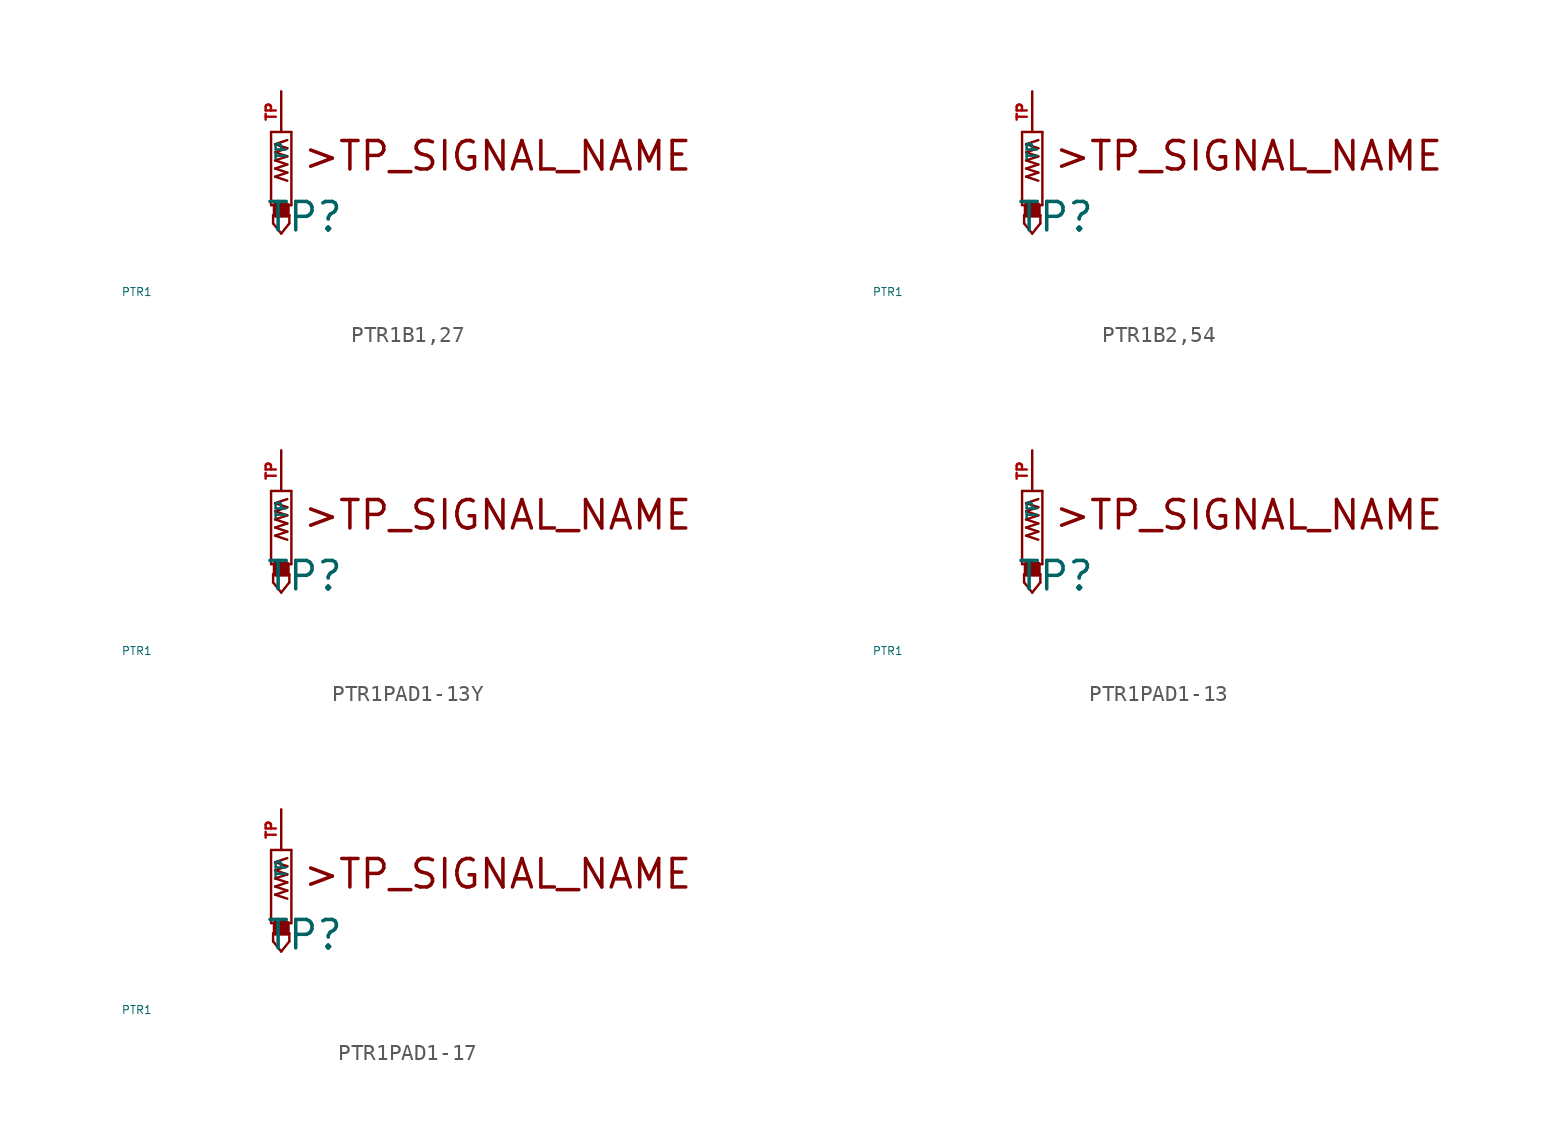
<source format=kicad_sym>
(kicad_symbol_lib
  (version 20220914)
  (generator Eagle2Kicad)
  (symbol "PTR1B1,27"
    (property "Reference" "TP"
      (at -1.016 -6.35 0)
      (effects (font (size 1.778 1.778) (thickness 0.22)) (justify left bottom)))
    (property "Value" "PTR1"
      (at -10 -10 0)
      (effects (font (size 0.5 0.5) (thickness 0.06)) (justify left)))
    (polyline
      (pts (xy 0.635 -4.572) (xy -0.635 -4.572))
      (stroke (width 0.152) (type default))
      (fill (type none)))
    (polyline
      (pts (xy 0.635 -4.572) (xy 0.635 0))
      (stroke (width 0.152) (type default))
      (fill (type none)))
    (polyline
      (pts (xy 0.635 0) (xy -0.635 0))
      (stroke (width 0.152) (type default))
      (fill (type none)))
    (polyline
      (pts (xy -0.635 0) (xy -0.635 -4.572))
      (stroke (width 0.152) (type default))
      (fill (type none)))
    (polyline
      (pts (xy 0.381 -3.048) (xy -0.381 -2.794))
      (stroke (width 0.152) (type default))
      (fill (type none)))
    (polyline
      (pts (xy -0.381 -2.794) (xy 0.381 -2.54))
      (stroke (width 0.152) (type default))
      (fill (type none)))
    (polyline
      (pts (xy 0.381 -2.54) (xy -0.381 -2.286))
      (stroke (width 0.152) (type default))
      (fill (type none)))
    (polyline
      (pts (xy -0.381 -2.286) (xy 0.381 -2.032))
      (stroke (width 0.152) (type default))
      (fill (type none)))
    (polyline
      (pts (xy 0.381 -2.032) (xy -0.381 -1.778))
      (stroke (width 0.152) (type default))
      (fill (type none)))
    (polyline
      (pts (xy -0.381 -1.778) (xy 0.381 -1.524))
      (stroke (width 0.152) (type default))
      (fill (type none)))
    (polyline
      (pts (xy 0.381 -1.524) (xy -0.381 -1.27))
      (stroke (width 0.152) (type default))
      (fill (type none)))
    (polyline
      (pts (xy -0.381 -1.27) (xy 0.381 -1.016))
      (stroke (width 0.152) (type default))
      (fill (type none)))
    (polyline
      (pts (xy 0.381 -1.016) (xy -0.381 -0.762))
      (stroke (width 0.152) (type default))
      (fill (type none)))
    (polyline
      (pts (xy -0.381 -0.762) (xy 0.381 -0.508))
      (stroke (width 0.152) (type default))
      (fill (type none)))
    (polyline
      (pts (xy 0.508 -5.207) (xy -0.508 -5.207))
      (stroke (width 0.152) (type default))
      (fill (type none)))
    (polyline
      (pts (xy -0.508 -5.207) (xy -0.508 -5.715))
      (stroke (width 0.152) (type default))
      (fill (type none)))
    (polyline
      (pts (xy -0.508 -5.715) (xy 0 -6.35))
      (stroke (width 0.152) (type default))
      (fill (type none)))
    (polyline
      (pts (xy 0 -6.35) (xy 0.508 -5.715))
      (stroke (width 0.152) (type default))
      (fill (type none)))
    (polyline
      (pts (xy 0.508 -5.715) (xy 0.508 -5.207))
      (stroke (width 0.152) (type default))
      (fill (type none)))
    (text ">TP_SIGNAL_NAME"
      (at 1.27 -2.54 0)
      (effects (font (size 1.778 1.778) (thickness 0.22)) (justify left bottom)))
    (rectangle
      (start -0.381 -5.207)
      (end 0.381 -4.572)
      (stroke (width 0.3) (type default))
      (fill (type outline)))
    (pin input line
      (at 0 2.54 270)
      (length 2.54)
      (name "TP" (effects (font (size 0.635 0.635) (thickness 0.08)) (justify left bottom)))
      (number "TP" (effects (font (size 0.635 0.635) (thickness 0.08)) (justify left bottom)))))
  (symbol "PTR1B2,54"
    (property "Reference" "TP"
      (at -1.016 -6.35 0)
      (effects (font (size 1.778 1.778) (thickness 0.22)) (justify left bottom)))
    (property "Value" "PTR1"
      (at -10 -10 0)
      (effects (font (size 0.5 0.5) (thickness 0.06)) (justify left)))
    (polyline
      (pts (xy 0.635 -4.572) (xy -0.635 -4.572))
      (stroke (width 0.152) (type default))
      (fill (type none)))
    (polyline
      (pts (xy 0.635 -4.572) (xy 0.635 0))
      (stroke (width 0.152) (type default))
      (fill (type none)))
    (polyline
      (pts (xy 0.635 0) (xy -0.635 0))
      (stroke (width 0.152) (type default))
      (fill (type none)))
    (polyline
      (pts (xy -0.635 0) (xy -0.635 -4.572))
      (stroke (width 0.152) (type default))
      (fill (type none)))
    (polyline
      (pts (xy 0.381 -3.048) (xy -0.381 -2.794))
      (stroke (width 0.152) (type default))
      (fill (type none)))
    (polyline
      (pts (xy -0.381 -2.794) (xy 0.381 -2.54))
      (stroke (width 0.152) (type default))
      (fill (type none)))
    (polyline
      (pts (xy 0.381 -2.54) (xy -0.381 -2.286))
      (stroke (width 0.152) (type default))
      (fill (type none)))
    (polyline
      (pts (xy -0.381 -2.286) (xy 0.381 -2.032))
      (stroke (width 0.152) (type default))
      (fill (type none)))
    (polyline
      (pts (xy 0.381 -2.032) (xy -0.381 -1.778))
      (stroke (width 0.152) (type default))
      (fill (type none)))
    (polyline
      (pts (xy -0.381 -1.778) (xy 0.381 -1.524))
      (stroke (width 0.152) (type default))
      (fill (type none)))
    (polyline
      (pts (xy 0.381 -1.524) (xy -0.381 -1.27))
      (stroke (width 0.152) (type default))
      (fill (type none)))
    (polyline
      (pts (xy -0.381 -1.27) (xy 0.381 -1.016))
      (stroke (width 0.152) (type default))
      (fill (type none)))
    (polyline
      (pts (xy 0.381 -1.016) (xy -0.381 -0.762))
      (stroke (width 0.152) (type default))
      (fill (type none)))
    (polyline
      (pts (xy -0.381 -0.762) (xy 0.381 -0.508))
      (stroke (width 0.152) (type default))
      (fill (type none)))
    (polyline
      (pts (xy 0.508 -5.207) (xy -0.508 -5.207))
      (stroke (width 0.152) (type default))
      (fill (type none)))
    (polyline
      (pts (xy -0.508 -5.207) (xy -0.508 -5.715))
      (stroke (width 0.152) (type default))
      (fill (type none)))
    (polyline
      (pts (xy -0.508 -5.715) (xy 0 -6.35))
      (stroke (width 0.152) (type default))
      (fill (type none)))
    (polyline
      (pts (xy 0 -6.35) (xy 0.508 -5.715))
      (stroke (width 0.152) (type default))
      (fill (type none)))
    (polyline
      (pts (xy 0.508 -5.715) (xy 0.508 -5.207))
      (stroke (width 0.152) (type default))
      (fill (type none)))
    (text ">TP_SIGNAL_NAME"
      (at 1.27 -2.54 0)
      (effects (font (size 1.778 1.778) (thickness 0.22)) (justify left bottom)))
    (rectangle
      (start -0.381 -5.207)
      (end 0.381 -4.572)
      (stroke (width 0.3) (type default))
      (fill (type outline)))
    (pin input line
      (at 0 2.54 270)
      (length 2.54)
      (name "TP" (effects (font (size 0.635 0.635) (thickness 0.08)) (justify left bottom)))
      (number "TP" (effects (font (size 0.635 0.635) (thickness 0.08)) (justify left bottom)))))
  (symbol "PTR1PAD1-13Y"
    (property "Reference" "TP"
      (at -1.016 -6.35 0)
      (effects (font (size 1.778 1.778) (thickness 0.22)) (justify left bottom)))
    (property "Value" "PTR1"
      (at -10 -10 0)
      (effects (font (size 0.5 0.5) (thickness 0.06)) (justify left)))
    (polyline
      (pts (xy 0.635 -4.572) (xy -0.635 -4.572))
      (stroke (width 0.152) (type default))
      (fill (type none)))
    (polyline
      (pts (xy 0.635 -4.572) (xy 0.635 0))
      (stroke (width 0.152) (type default))
      (fill (type none)))
    (polyline
      (pts (xy 0.635 0) (xy -0.635 0))
      (stroke (width 0.152) (type default))
      (fill (type none)))
    (polyline
      (pts (xy -0.635 0) (xy -0.635 -4.572))
      (stroke (width 0.152) (type default))
      (fill (type none)))
    (polyline
      (pts (xy 0.381 -3.048) (xy -0.381 -2.794))
      (stroke (width 0.152) (type default))
      (fill (type none)))
    (polyline
      (pts (xy -0.381 -2.794) (xy 0.381 -2.54))
      (stroke (width 0.152) (type default))
      (fill (type none)))
    (polyline
      (pts (xy 0.381 -2.54) (xy -0.381 -2.286))
      (stroke (width 0.152) (type default))
      (fill (type none)))
    (polyline
      (pts (xy -0.381 -2.286) (xy 0.381 -2.032))
      (stroke (width 0.152) (type default))
      (fill (type none)))
    (polyline
      (pts (xy 0.381 -2.032) (xy -0.381 -1.778))
      (stroke (width 0.152) (type default))
      (fill (type none)))
    (polyline
      (pts (xy -0.381 -1.778) (xy 0.381 -1.524))
      (stroke (width 0.152) (type default))
      (fill (type none)))
    (polyline
      (pts (xy 0.381 -1.524) (xy -0.381 -1.27))
      (stroke (width 0.152) (type default))
      (fill (type none)))
    (polyline
      (pts (xy -0.381 -1.27) (xy 0.381 -1.016))
      (stroke (width 0.152) (type default))
      (fill (type none)))
    (polyline
      (pts (xy 0.381 -1.016) (xy -0.381 -0.762))
      (stroke (width 0.152) (type default))
      (fill (type none)))
    (polyline
      (pts (xy -0.381 -0.762) (xy 0.381 -0.508))
      (stroke (width 0.152) (type default))
      (fill (type none)))
    (polyline
      (pts (xy 0.508 -5.207) (xy -0.508 -5.207))
      (stroke (width 0.152) (type default))
      (fill (type none)))
    (polyline
      (pts (xy -0.508 -5.207) (xy -0.508 -5.715))
      (stroke (width 0.152) (type default))
      (fill (type none)))
    (polyline
      (pts (xy -0.508 -5.715) (xy 0 -6.35))
      (stroke (width 0.152) (type default))
      (fill (type none)))
    (polyline
      (pts (xy 0 -6.35) (xy 0.508 -5.715))
      (stroke (width 0.152) (type default))
      (fill (type none)))
    (polyline
      (pts (xy 0.508 -5.715) (xy 0.508 -5.207))
      (stroke (width 0.152) (type default))
      (fill (type none)))
    (text ">TP_SIGNAL_NAME"
      (at 1.27 -2.54 0)
      (effects (font (size 1.778 1.778) (thickness 0.22)) (justify left bottom)))
    (rectangle
      (start -0.381 -5.207)
      (end 0.381 -4.572)
      (stroke (width 0.3) (type default))
      (fill (type outline)))
    (pin input line
      (at 0 2.54 270)
      (length 2.54)
      (name "TP" (effects (font (size 0.635 0.635) (thickness 0.08)) (justify left bottom)))
      (number "TP" (effects (font (size 0.635 0.635) (thickness 0.08)) (justify left bottom)))))
  (symbol "PTR1PAD1-13"
    (property "Reference" "TP"
      (at -1.016 -6.35 0)
      (effects (font (size 1.778 1.778) (thickness 0.22)) (justify left bottom)))
    (property "Value" "PTR1"
      (at -10 -10 0)
      (effects (font (size 0.5 0.5) (thickness 0.06)) (justify left)))
    (polyline
      (pts (xy 0.635 -4.572) (xy -0.635 -4.572))
      (stroke (width 0.152) (type default))
      (fill (type none)))
    (polyline
      (pts (xy 0.635 -4.572) (xy 0.635 0))
      (stroke (width 0.152) (type default))
      (fill (type none)))
    (polyline
      (pts (xy 0.635 0) (xy -0.635 0))
      (stroke (width 0.152) (type default))
      (fill (type none)))
    (polyline
      (pts (xy -0.635 0) (xy -0.635 -4.572))
      (stroke (width 0.152) (type default))
      (fill (type none)))
    (polyline
      (pts (xy 0.381 -3.048) (xy -0.381 -2.794))
      (stroke (width 0.152) (type default))
      (fill (type none)))
    (polyline
      (pts (xy -0.381 -2.794) (xy 0.381 -2.54))
      (stroke (width 0.152) (type default))
      (fill (type none)))
    (polyline
      (pts (xy 0.381 -2.54) (xy -0.381 -2.286))
      (stroke (width 0.152) (type default))
      (fill (type none)))
    (polyline
      (pts (xy -0.381 -2.286) (xy 0.381 -2.032))
      (stroke (width 0.152) (type default))
      (fill (type none)))
    (polyline
      (pts (xy 0.381 -2.032) (xy -0.381 -1.778))
      (stroke (width 0.152) (type default))
      (fill (type none)))
    (polyline
      (pts (xy -0.381 -1.778) (xy 0.381 -1.524))
      (stroke (width 0.152) (type default))
      (fill (type none)))
    (polyline
      (pts (xy 0.381 -1.524) (xy -0.381 -1.27))
      (stroke (width 0.152) (type default))
      (fill (type none)))
    (polyline
      (pts (xy -0.381 -1.27) (xy 0.381 -1.016))
      (stroke (width 0.152) (type default))
      (fill (type none)))
    (polyline
      (pts (xy 0.381 -1.016) (xy -0.381 -0.762))
      (stroke (width 0.152) (type default))
      (fill (type none)))
    (polyline
      (pts (xy -0.381 -0.762) (xy 0.381 -0.508))
      (stroke (width 0.152) (type default))
      (fill (type none)))
    (polyline
      (pts (xy 0.508 -5.207) (xy -0.508 -5.207))
      (stroke (width 0.152) (type default))
      (fill (type none)))
    (polyline
      (pts (xy -0.508 -5.207) (xy -0.508 -5.715))
      (stroke (width 0.152) (type default))
      (fill (type none)))
    (polyline
      (pts (xy -0.508 -5.715) (xy 0 -6.35))
      (stroke (width 0.152) (type default))
      (fill (type none)))
    (polyline
      (pts (xy 0 -6.35) (xy 0.508 -5.715))
      (stroke (width 0.152) (type default))
      (fill (type none)))
    (polyline
      (pts (xy 0.508 -5.715) (xy 0.508 -5.207))
      (stroke (width 0.152) (type default))
      (fill (type none)))
    (text ">TP_SIGNAL_NAME"
      (at 1.27 -2.54 0)
      (effects (font (size 1.778 1.778) (thickness 0.22)) (justify left bottom)))
    (rectangle
      (start -0.381 -5.207)
      (end 0.381 -4.572)
      (stroke (width 0.3) (type default))
      (fill (type outline)))
    (pin input line
      (at 0 2.54 270)
      (length 2.54)
      (name "TP" (effects (font (size 0.635 0.635) (thickness 0.08)) (justify left bottom)))
      (number "TP" (effects (font (size 0.635 0.635) (thickness 0.08)) (justify left bottom)))))
  (symbol "PTR1PAD1-17"
    (property "Reference" "TP"
      (at -1.016 -6.35 0)
      (effects (font (size 1.778 1.778) (thickness 0.22)) (justify left bottom)))
    (property "Value" "PTR1"
      (at -10 -10 0)
      (effects (font (size 0.5 0.5) (thickness 0.06)) (justify left)))
    (polyline
      (pts (xy 0.635 -4.572) (xy -0.635 -4.572))
      (stroke (width 0.152) (type default))
      (fill (type none)))
    (polyline
      (pts (xy 0.635 -4.572) (xy 0.635 0))
      (stroke (width 0.152) (type default))
      (fill (type none)))
    (polyline
      (pts (xy 0.635 0) (xy -0.635 0))
      (stroke (width 0.152) (type default))
      (fill (type none)))
    (polyline
      (pts (xy -0.635 0) (xy -0.635 -4.572))
      (stroke (width 0.152) (type default))
      (fill (type none)))
    (polyline
      (pts (xy 0.381 -3.048) (xy -0.381 -2.794))
      (stroke (width 0.152) (type default))
      (fill (type none)))
    (polyline
      (pts (xy -0.381 -2.794) (xy 0.381 -2.54))
      (stroke (width 0.152) (type default))
      (fill (type none)))
    (polyline
      (pts (xy 0.381 -2.54) (xy -0.381 -2.286))
      (stroke (width 0.152) (type default))
      (fill (type none)))
    (polyline
      (pts (xy -0.381 -2.286) (xy 0.381 -2.032))
      (stroke (width 0.152) (type default))
      (fill (type none)))
    (polyline
      (pts (xy 0.381 -2.032) (xy -0.381 -1.778))
      (stroke (width 0.152) (type default))
      (fill (type none)))
    (polyline
      (pts (xy -0.381 -1.778) (xy 0.381 -1.524))
      (stroke (width 0.152) (type default))
      (fill (type none)))
    (polyline
      (pts (xy 0.381 -1.524) (xy -0.381 -1.27))
      (stroke (width 0.152) (type default))
      (fill (type none)))
    (polyline
      (pts (xy -0.381 -1.27) (xy 0.381 -1.016))
      (stroke (width 0.152) (type default))
      (fill (type none)))
    (polyline
      (pts (xy 0.381 -1.016) (xy -0.381 -0.762))
      (stroke (width 0.152) (type default))
      (fill (type none)))
    (polyline
      (pts (xy -0.381 -0.762) (xy 0.381 -0.508))
      (stroke (width 0.152) (type default))
      (fill (type none)))
    (polyline
      (pts (xy 0.508 -5.207) (xy -0.508 -5.207))
      (stroke (width 0.152) (type default))
      (fill (type none)))
    (polyline
      (pts (xy -0.508 -5.207) (xy -0.508 -5.715))
      (stroke (width 0.152) (type default))
      (fill (type none)))
    (polyline
      (pts (xy -0.508 -5.715) (xy 0 -6.35))
      (stroke (width 0.152) (type default))
      (fill (type none)))
    (polyline
      (pts (xy 0 -6.35) (xy 0.508 -5.715))
      (stroke (width 0.152) (type default))
      (fill (type none)))
    (polyline
      (pts (xy 0.508 -5.715) (xy 0.508 -5.207))
      (stroke (width 0.152) (type default))
      (fill (type none)))
    (text ">TP_SIGNAL_NAME"
      (at 1.27 -2.54 0)
      (effects (font (size 1.778 1.778) (thickness 0.22)) (justify left bottom)))
    (rectangle
      (start -0.381 -5.207)
      (end 0.381 -4.572)
      (stroke (width 0.3) (type default))
      (fill (type outline)))
    (pin input line
      (at 0 2.54 270)
      (length 2.54)
      (name "TP" (effects (font (size 0.635 0.635) (thickness 0.08)) (justify left bottom)))
      (number "TP" (effects (font (size 0.635 0.635) (thickness 0.08)) (justify left bottom))))))
</source>
